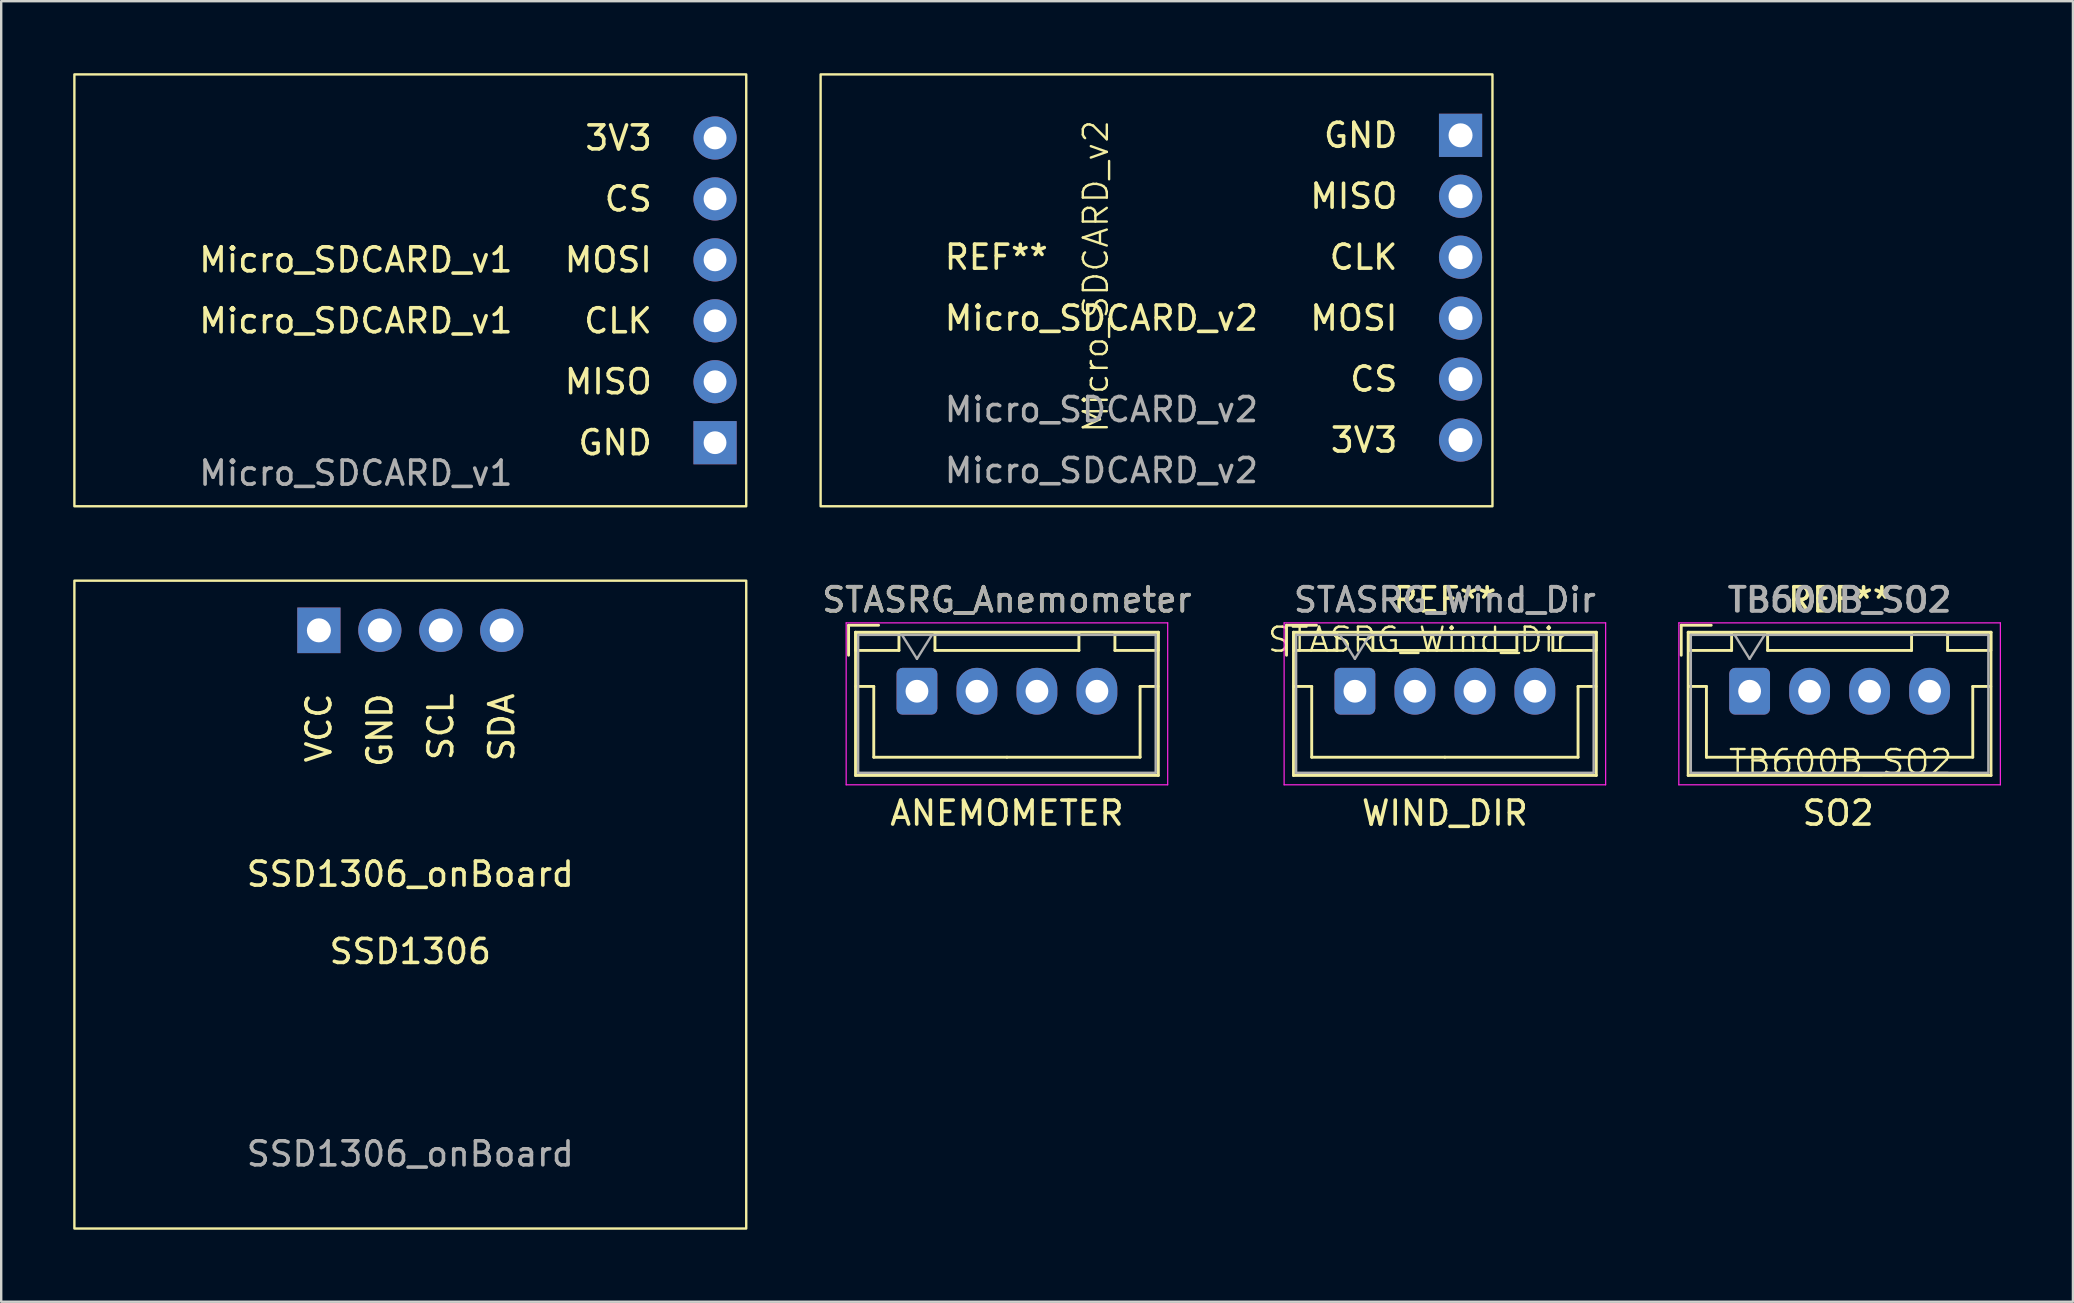
<source format=kicad_pcb>
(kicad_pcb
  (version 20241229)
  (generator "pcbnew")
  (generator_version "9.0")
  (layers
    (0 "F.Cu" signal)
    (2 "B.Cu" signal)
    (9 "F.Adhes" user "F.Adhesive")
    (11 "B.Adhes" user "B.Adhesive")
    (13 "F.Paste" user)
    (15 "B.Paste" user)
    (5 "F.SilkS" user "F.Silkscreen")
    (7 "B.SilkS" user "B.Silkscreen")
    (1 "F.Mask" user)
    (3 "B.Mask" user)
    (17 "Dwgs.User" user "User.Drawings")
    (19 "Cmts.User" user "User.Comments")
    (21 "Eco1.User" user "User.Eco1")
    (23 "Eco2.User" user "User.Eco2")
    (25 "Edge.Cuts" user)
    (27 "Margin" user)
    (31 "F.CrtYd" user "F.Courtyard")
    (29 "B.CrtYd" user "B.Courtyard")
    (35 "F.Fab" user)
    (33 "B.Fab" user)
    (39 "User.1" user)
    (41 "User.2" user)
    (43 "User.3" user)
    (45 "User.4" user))
  (footprint "TB600B_SO2"
    (layer "F.Cu")
    (at 73.557 25.758)
    (property "Reference" "TB600B_SO2" (at 0.1 2.95 0) (unlocked yes) (layer "F.SilkS") (effects (font (size 1 1) (thickness 0.1))))
    (attr smd)
    (fp_line (start -6.54 -2.75) (end -6.54 -1.5) (stroke (width 0.12) (type solid)) (layer "F.SilkS"))
    (fp_line (start -6.25 -2.46) (end -6.25 3.51) (stroke (width 0.12) (type solid)) (layer "F.SilkS"))
    (fp_line (start -6.25 3.51) (end 6.37 3.51) (stroke (width 0.12) (type solid)) (layer "F.SilkS"))
    (fp_line (start -6.24 -2.45) (end -6.24 -1.7) (stroke (width 0.12) (type solid)) (layer "F.SilkS"))
    (fp_line (start -6.24 -1.7) (end -4.44 -1.7) (stroke (width 0.12) (type solid)) (layer "F.SilkS"))
    (fp_line (start -6.24 -0.2) (end -5.49 -0.2) (stroke (width 0.12) (type solid)) (layer "F.SilkS"))
    (fp_line (start -5.49 -0.2) (end -5.49 2.75) (stroke (width 0.12) (type solid)) (layer "F.SilkS"))
    (fp_line (start -5.49 2.75) (end 0.06 2.75) (stroke (width 0.12) (type solid)) (layer "F.SilkS"))
    (fp_line (start -5.29 -2.75) (end -6.54 -2.75) (stroke (width 0.12) (type solid)) (layer "F.SilkS"))
    (fp_line (start -4.44 -2.45) (end -6.24 -2.45) (stroke (width 0.12) (type solid)) (layer "F.SilkS"))
    (fp_line (start -4.44 -1.7) (end -4.44 -2.45) (stroke (width 0.12) (type solid)) (layer "F.SilkS"))
    (fp_line (start -2.94 -2.45) (end -2.94 -1.7) (stroke (width 0.12) (type solid)) (layer "F.SilkS"))
    (fp_line (start -2.94 -1.7) (end 3.06 -1.7) (stroke (width 0.12) (type solid)) (layer "F.SilkS"))
    (fp_line (start 3.06 -2.45) (end -2.94 -2.45) (stroke (width 0.12) (type solid)) (layer "F.SilkS"))
    (fp_line (start 3.06 -1.7) (end 3.06 -2.45) (stroke (width 0.12) (type solid)) (layer "F.SilkS"))
    (fp_line (start 4.56 -2.45) (end 4.56 -1.7) (stroke (width 0.12) (type solid)) (layer "F.SilkS"))
    (fp_line (start 4.56 -1.7) (end 6.36 -1.7) (stroke (width 0.12) (type solid)) (layer "F.SilkS"))
    (fp_line (start 5.61 -0.2) (end 5.61 2.75) (stroke (width 0.12) (type solid)) (layer "F.SilkS"))
    (fp_line (start 5.61 2.75) (end 0.06 2.75) (stroke (width 0.12) (type solid)) (layer "F.SilkS"))
    (fp_line (start 6.36 -2.45) (end 4.56 -2.45) (stroke (width 0.12) (type solid)) (layer "F.SilkS"))
    (fp_line (start 6.36 -1.7) (end 6.36 -2.45) (stroke (width 0.12) (type solid)) (layer "F.SilkS"))
    (fp_line (start 6.36 -0.2) (end 5.61 -0.2) (stroke (width 0.12) (type solid)) (layer "F.SilkS"))
    (fp_line (start 6.37 -2.46) (end -6.25 -2.46) (stroke (width 0.12) (type solid)) (layer "F.SilkS"))
    (fp_line (start 6.37 3.51) (end 6.37 -2.46) (stroke (width 0.12) (type solid)) (layer "F.SilkS"))
    (fp_line (start -6.64 -2.85) (end -6.64 3.9) (stroke (width 0.05) (type solid)) (layer "F.CrtYd"))
    (fp_line (start -6.64 3.9) (end 6.76 3.9) (stroke (width 0.05) (type solid)) (layer "F.CrtYd"))
    (fp_line (start 6.76 -2.85) (end -6.64 -2.85) (stroke (width 0.05) (type solid)) (layer "F.CrtYd"))
    (fp_line (start 6.76 3.9) (end 6.76 -2.85) (stroke (width 0.05) (type solid)) (layer "F.CrtYd"))
    (fp_line (start -6.14 -2.35) (end -6.14 3.4) (stroke (width 0.1) (type solid)) (layer "F.Fab"))
    (fp_line (start -6.14 3.4) (end 6.26 3.4) (stroke (width 0.1) (type solid)) (layer "F.Fab"))
    (fp_line (start -4.315 -2.35) (end -3.69 -1.35) (stroke (width 0.1) (type solid)) (layer "F.Fab"))
    (fp_line (start -3.69 -1.35) (end -3.065 -2.35) (stroke (width 0.1) (type solid)) (layer "F.Fab"))
    (fp_line (start 6.26 -2.35) (end -6.14 -2.35) (stroke (width 0.1) (type solid)) (layer "F.Fab"))
    (fp_line (start 6.26 3.4) (end 6.26 -2.35) (stroke (width 0.1) (type solid)) (layer "F.Fab"))
    (fp_text user "SO2" (at 0 5.08 0) (unlocked yes) (layer "F.SilkS") (effects (font (size 1 1) (thickness 0.15))))
    (fp_text user "REF**" (at 0.06 -3.81 0) (unlocked yes) (layer "F.SilkS") (effects (font (size 1 1) (thickness 0.15))))
    (fp_text user "${REFERENCE}" (at 0.06 -3.81 0) (unlocked yes) (layer "F.Fab") (effects (font (size 1 1) (thickness 0.15))))
    (fp_text user "TB600B_S02" (at 0.06 -3.81 0) (unlocked yes) (layer "F.Fab") (effects (font (size 1 1) (thickness 0.15))))
    (pad "1" thru_hole roundrect (at -3.69 0) (size 1.7 1.95) (drill 0.95) (layers "*.Cu" "*.Mask") (roundrect_rratio 0.147))
    (pad "2" thru_hole oval (at -1.19 0) (size 1.7 1.95) (drill 0.95) (layers "*.Cu" "*.Mask"))
    (pad "3" thru_hole oval (at 1.31 0) (size 1.7 1.95) (drill 0.95) (layers "*.Cu" "*.Mask"))
    (pad "4" thru_hole oval (at 3.81 0) (size 1.7 1.95) (drill 0.95) (layers "*.Cu" "*.Mask")))
  (footprint "SSD1306_onBoard"
    (layer "F.Cu")
    (at 14.05 34.65)
    (property "Reference" "SSD1306_onBoard" (at 0 -1.27 0) (unlocked yes) (layer "F.SilkS") (effects (font (size 1 1) (thickness 0.15))))
    (attr smd)
    (fp_rect (start -14 -13.5) (end 14 13.5) (stroke (width 0.1) (type default)) (fill no) (layer "F.SilkS"))
    (fp_text user "GND" (at -1.27 -8.89 90) (unlocked yes) (layer "F.SilkS") (effects (font (size 1 1) (thickness 0.15)) (justify right)))
    (fp_text user "SSD1306" (at 0 2.54 0) (unlocked yes) (layer "F.SilkS") (effects (font (size 1 1) (thickness 0.15)) (justify bottom)))
    (fp_text user "SDA" (at 3.81 -8.89 90) (unlocked yes) (layer "F.SilkS") (effects (font (size 1 1) (thickness 0.15)) (justify right)))
    (fp_text user "VCC" (at -3.81 -8.89 90) (unlocked yes) (layer "F.SilkS") (effects (font (size 1 1) (thickness 0.15)) (justify right)))
    (fp_text user "SCL" (at 1.27 -8.89 90) (unlocked yes) (layer "F.SilkS") (effects (font (size 1 1) (thickness 0.15)) (justify right)))
    (fp_text user "${REFERENCE}" (at 0 10.39 0) (unlocked yes) (layer "F.Fab") (effects (font (size 1 1) (thickness 0.15))))
    (pad "1" thru_hole rect (at -3.81 -11.43) (size 1.8 1.9) (drill 1) (layers "*.Cu" "*.Mask"))
    (pad "2" thru_hole circle (at -1.27 -11.43) (size 1.8 1.8) (drill 1) (layers "*.Cu" "*.Mask"))
    (pad "3" thru_hole circle (at 1.27 -11.43) (size 1.8 1.8) (drill 1) (layers "*.Cu" "*.Mask"))
    (pad "4" thru_hole circle (at 3.81 -11.43) (size 1.8 1.8) (drill 1) (layers "*.Cu" "*.Mask")))
  (footprint "Micro_SDCARD_v1"
    (layer "F.Cu")
    (at 14.05 9.05)
    (property "Reference" "Micro_SDCARD_v1" (at -8.89 -1.27 0) (unlocked yes) (layer "F.SilkS") (effects (font (size 1 1) (thickness 0.15)) (justify left)))
    (attr smd)
    (fp_rect (start -14 -9) (end 14 9) (stroke (width 0.1) (type default)) (fill no) (layer "F.SilkS"))
    (fp_text user "MOSI" (at 10.16 -1.27 0) (unlocked yes) (layer "F.SilkS") (effects (font (size 1 1) (thickness 0.15)) (justify right)))
    (fp_text user "CLK" (at 10.16 1.27 0) (unlocked yes) (layer "F.SilkS") (effects (font (size 1 1) (thickness 0.15)) (justify right)))
    (fp_text user "3V3" (at 10.16 -6.35 0) (unlocked yes) (layer "F.SilkS") (effects (font (size 1 1) (thickness 0.15)) (justify right)))
    (fp_text user "CS" (at 10.16 -3.81 0) (unlocked yes) (layer "F.SilkS") (effects (font (size 1 1) (thickness 0.15)) (justify right)))
    (fp_text user "Micro_SDCARD_v1" (at -8.89 1.27 0) (unlocked yes) (layer "F.SilkS") (effects (font (size 1 1) (thickness 0.15)) (justify left)))
    (fp_text user "MISO" (at 10.16 3.81 0) (unlocked yes) (layer "F.SilkS") (effects (font (size 1 1) (thickness 0.15)) (justify right)))
    (fp_text user "GND" (at 10.16 6.35 0) (unlocked yes) (layer "F.SilkS") (effects (font (size 1 1) (thickness 0.15)) (justify right)))
    (fp_text user "${REFERENCE}" (at -8.89 7.62 0) (unlocked yes) (layer "F.Fab") (effects (font (size 1 1) (thickness 0.15)) (justify left)))
    (pad "1" thru_hole rect (at 12.7 6.35 90) (size 1.8 1.8) (drill 0.95) (layers "*.Cu" "*.Mask"))
    (pad "2" thru_hole circle (at 12.7 3.81 90) (size 1.8 1.8) (drill 0.95) (layers "*.Cu" "*.Mask"))
    (pad "3" thru_hole circle (at 12.7 1.27 90) (size 1.8 1.8) (drill 0.95) (layers "*.Cu" "*.Mask"))
    (pad "4" thru_hole circle (at 12.7 -1.27 90) (size 1.8 1.8) (drill 0.95) (layers "*.Cu" "*.Mask"))
    (pad "5" thru_hole circle (at 12.7 -3.81 90) (size 1.8 1.8) (drill 0.95) (layers "*.Cu" "*.Mask"))
    (pad "6" thru_hole circle (at 12.7 -6.35 90) (size 1.8 1.8) (drill 0.95) (layers "*.Cu" "*.Mask")))
  (footprint "STASRG_Wind_Dir"
    (layer "F.Cu")
    (at 57.167 25.758)
    (property "Reference" "STASRG_Wind_Dir" (at -1.1 -2.15 0) (unlocked yes) (layer "F.SilkS") (effects (font (size 1 1) (thickness 0.1))))
    (attr smd)
    (fp_line (start -6.6 -2.75) (end -6.6 -1.5) (stroke (width 0.12) (type solid)) (layer "F.SilkS"))
    (fp_line (start -6.31 -2.46) (end -6.31 3.51) (stroke (width 0.12) (type solid)) (layer "F.SilkS"))
    (fp_line (start -6.31 3.51) (end 6.31 3.51) (stroke (width 0.12) (type solid)) (layer "F.SilkS"))
    (fp_line (start -6.3 -2.45) (end -6.3 -1.7) (stroke (width 0.12) (type solid)) (layer "F.SilkS"))
    (fp_line (start -6.3 -1.7) (end -4.5 -1.7) (stroke (width 0.12) (type solid)) (layer "F.SilkS"))
    (fp_line (start -6.3 -0.2) (end -5.55 -0.2) (stroke (width 0.12) (type solid)) (layer "F.SilkS"))
    (fp_line (start -5.55 -0.2) (end -5.55 2.75) (stroke (width 0.12) (type solid)) (layer "F.SilkS"))
    (fp_line (start -5.55 2.75) (end 0 2.75) (stroke (width 0.12) (type solid)) (layer "F.SilkS"))
    (fp_line (start -5.35 -2.75) (end -6.6 -2.75) (stroke (width 0.12) (type solid)) (layer "F.SilkS"))
    (fp_line (start -4.5 -2.45) (end -6.3 -2.45) (stroke (width 0.12) (type solid)) (layer "F.SilkS"))
    (fp_line (start -4.5 -1.7) (end -4.5 -2.45) (stroke (width 0.12) (type solid)) (layer "F.SilkS"))
    (fp_line (start -3 -2.45) (end -3 -1.7) (stroke (width 0.12) (type solid)) (layer "F.SilkS"))
    (fp_line (start -3 -1.7) (end 3 -1.7) (stroke (width 0.12) (type solid)) (layer "F.SilkS"))
    (fp_line (start 3 -2.45) (end -3 -2.45) (stroke (width 0.12) (type solid)) (layer "F.SilkS"))
    (fp_line (start 3 -1.7) (end 3 -2.45) (stroke (width 0.12) (type solid)) (layer "F.SilkS"))
    (fp_line (start 4.5 -2.45) (end 4.5 -1.7) (stroke (width 0.12) (type solid)) (layer "F.SilkS"))
    (fp_line (start 4.5 -1.7) (end 6.3 -1.7) (stroke (width 0.12) (type solid)) (layer "F.SilkS"))
    (fp_line (start 5.55 -0.2) (end 5.55 2.75) (stroke (width 0.12) (type solid)) (layer "F.SilkS"))
    (fp_line (start 5.55 2.75) (end 0 2.75) (stroke (width 0.12) (type solid)) (layer "F.SilkS"))
    (fp_line (start 6.3 -2.45) (end 4.5 -2.45) (stroke (width 0.12) (type solid)) (layer "F.SilkS"))
    (fp_line (start 6.3 -1.7) (end 6.3 -2.45) (stroke (width 0.12) (type solid)) (layer "F.SilkS"))
    (fp_line (start 6.3 -0.2) (end 5.55 -0.2) (stroke (width 0.12) (type solid)) (layer "F.SilkS"))
    (fp_line (start 6.31 -2.46) (end -6.31 -2.46) (stroke (width 0.12) (type solid)) (layer "F.SilkS"))
    (fp_line (start 6.31 3.51) (end 6.31 -2.46) (stroke (width 0.12) (type solid)) (layer "F.SilkS"))
    (fp_line (start -6.7 -2.85) (end -6.7 3.9) (stroke (width 0.05) (type solid)) (layer "F.CrtYd"))
    (fp_line (start -6.7 3.9) (end 6.7 3.9) (stroke (width 0.05) (type solid)) (layer "F.CrtYd"))
    (fp_line (start 6.7 -2.85) (end -6.7 -2.85) (stroke (width 0.05) (type solid)) (layer "F.CrtYd"))
    (fp_line (start 6.7 3.9) (end 6.7 -2.85) (stroke (width 0.05) (type solid)) (layer "F.CrtYd"))
    (fp_line (start -6.2 -2.35) (end -6.2 3.4) (stroke (width 0.1) (type solid)) (layer "F.Fab"))
    (fp_line (start -6.2 3.4) (end 6.2 3.4) (stroke (width 0.1) (type solid)) (layer "F.Fab"))
    (fp_line (start -4.375 -2.35) (end -3.75 -1.35) (stroke (width 0.1) (type solid)) (layer "F.Fab"))
    (fp_line (start -3.75 -1.35) (end -3.125 -2.35) (stroke (width 0.1) (type solid)) (layer "F.Fab"))
    (fp_line (start 6.2 -2.35) (end -6.2 -2.35) (stroke (width 0.1) (type solid)) (layer "F.Fab"))
    (fp_line (start 6.2 3.4) (end 6.2 -2.35) (stroke (width 0.1) (type solid)) (layer "F.Fab"))
    (fp_text user "REF**" (at 0 -3.81 0) (unlocked yes) (layer "F.SilkS") (effects (font (size 1 1) (thickness 0.15))))
    (fp_text user "WIND_DIR" (at 0 5.08 0) (unlocked yes) (layer "F.SilkS") (effects (font (size 1 1) (thickness 0.15))))
    (fp_text user "${REFERENCE}" (at 0 -3.81 0) (unlocked yes) (layer "F.Fab") (effects (font (size 1 1) (thickness 0.15))))
    (fp_text user "STASRG_Wind_Dir" (at 0 -3.81 0) (unlocked yes) (layer "F.Fab") (effects (font (size 1 1) (thickness 0.15))))
    (pad "1" thru_hole roundrect (at -3.75 0) (size 1.7 1.95) (drill 0.95) (layers "*.Cu" "*.Mask") (roundrect_rratio 0.147))
    (pad "2" thru_hole oval (at -1.25 0) (size 1.7 1.95) (drill 0.95) (layers "*.Cu" "*.Mask"))
    (pad "3" thru_hole oval (at 1.25 0) (size 1.7 1.95) (drill 0.95) (layers "*.Cu" "*.Mask"))
    (pad "4" thru_hole oval (at 3.75 0) (size 1.7 1.95) (drill 0.95) (layers "*.Cu" "*.Mask")))
  (footprint "STASRG_Anemometer"
    (layer "F.Cu")
    (at 38.915 25.758)
    (property "Reference" "STASRG_Anemometer" (at 0 -3.81 0) (unlocked yes) (layer "F.SilkS") (effects (font (size 1 1) (thickness 0.15))))
    (attr smd)
    (fp_line (start -6.6 -2.75) (end -6.6 -1.5) (stroke (width 0.12) (type solid)) (layer "F.SilkS"))
    (fp_line (start -6.31 -2.46) (end -6.31 3.51) (stroke (width 0.12) (type solid)) (layer "F.SilkS"))
    (fp_line (start -6.31 3.51) (end 6.31 3.51) (stroke (width 0.12) (type solid)) (layer "F.SilkS"))
    (fp_line (start -6.3 -2.45) (end -6.3 -1.7) (stroke (width 0.12) (type solid)) (layer "F.SilkS"))
    (fp_line (start -6.3 -1.7) (end -4.5 -1.7) (stroke (width 0.12) (type solid)) (layer "F.SilkS"))
    (fp_line (start -6.3 -0.2) (end -5.55 -0.2) (stroke (width 0.12) (type solid)) (layer "F.SilkS"))
    (fp_line (start -5.55 -0.2) (end -5.55 2.75) (stroke (width 0.12) (type solid)) (layer "F.SilkS"))
    (fp_line (start -5.55 2.75) (end 0 2.75) (stroke (width 0.12) (type solid)) (layer "F.SilkS"))
    (fp_line (start -5.35 -2.75) (end -6.6 -2.75) (stroke (width 0.12) (type solid)) (layer "F.SilkS"))
    (fp_line (start -4.5 -2.45) (end -6.3 -2.45) (stroke (width 0.12) (type solid)) (layer "F.SilkS"))
    (fp_line (start -4.5 -1.7) (end -4.5 -2.45) (stroke (width 0.12) (type solid)) (layer "F.SilkS"))
    (fp_line (start -3 -2.45) (end -3 -1.7) (stroke (width 0.12) (type solid)) (layer "F.SilkS"))
    (fp_line (start -3 -1.7) (end 3 -1.7) (stroke (width 0.12) (type solid)) (layer "F.SilkS"))
    (fp_line (start 3 -2.45) (end -3 -2.45) (stroke (width 0.12) (type solid)) (layer "F.SilkS"))
    (fp_line (start 3 -1.7) (end 3 -2.45) (stroke (width 0.12) (type solid)) (layer "F.SilkS"))
    (fp_line (start 4.5 -2.45) (end 4.5 -1.7) (stroke (width 0.12) (type solid)) (layer "F.SilkS"))
    (fp_line (start 4.5 -1.7) (end 6.3 -1.7) (stroke (width 0.12) (type solid)) (layer "F.SilkS"))
    (fp_line (start 5.55 -0.2) (end 5.55 2.75) (stroke (width 0.12) (type solid)) (layer "F.SilkS"))
    (fp_line (start 5.55 2.75) (end 0 2.75) (stroke (width 0.12) (type solid)) (layer "F.SilkS"))
    (fp_line (start 6.3 -2.45) (end 4.5 -2.45) (stroke (width 0.12) (type solid)) (layer "F.SilkS"))
    (fp_line (start 6.3 -1.7) (end 6.3 -2.45) (stroke (width 0.12) (type solid)) (layer "F.SilkS"))
    (fp_line (start 6.3 -0.2) (end 5.55 -0.2) (stroke (width 0.12) (type solid)) (layer "F.SilkS"))
    (fp_line (start 6.31 -2.46) (end -6.31 -2.46) (stroke (width 0.12) (type solid)) (layer "F.SilkS"))
    (fp_line (start 6.31 3.51) (end 6.31 -2.46) (stroke (width 0.12) (type solid)) (layer "F.SilkS"))
    (fp_line (start -6.7 -2.85) (end -6.7 3.9) (stroke (width 0.05) (type solid)) (layer "F.CrtYd"))
    (fp_line (start 6.7 -2.85) (end -6.7 -2.85) (stroke (width 0.05) (type solid)) (layer "F.CrtYd"))
    (fp_line (start 6.7 3.9) (end -6.7 3.9) (stroke (width 0.05) (type default)) (layer "F.CrtYd"))
    (fp_line (start 6.7 3.9) (end 6.7 -2.85) (stroke (width 0.05) (type solid)) (layer "F.CrtYd"))
    (fp_line (start -6.2 -2.35) (end -6.2 3.4) (stroke (width 0.1) (type solid)) (layer "F.Fab"))
    (fp_line (start -6.2 3.4) (end 6.2 3.4) (stroke (width 0.1) (type solid)) (layer "F.Fab"))
    (fp_line (start -4.375 -2.35) (end -3.75 -1.35) (stroke (width 0.1) (type solid)) (layer "F.Fab"))
    (fp_line (start -3.75 -1.35) (end -3.125 -2.35) (stroke (width 0.1) (type solid)) (layer "F.Fab"))
    (fp_line (start 6.2 -2.35) (end -6.2 -2.35) (stroke (width 0.1) (type solid)) (layer "F.Fab"))
    (fp_line (start 6.2 3.4) (end 6.2 -2.35) (stroke (width 0.1) (type solid)) (layer "F.Fab"))
    (fp_text user "ANEMOMETER" (at 0 5.08 0) (unlocked yes) (layer "F.SilkS") (effects (font (size 1 1) (thickness 0.15))))
    (fp_text user "${REFERENCE}" (at 0 -3.81 0) (unlocked yes) (layer "F.Fab") (effects (font (size 1 1) (thickness 0.15))))
    (pad "1" thru_hole roundrect (at -3.75 0) (size 1.7 1.95) (drill 0.95) (layers "*.Cu" "*.Mask") (roundrect_rratio 0.147))
    (pad "2" thru_hole oval (at -1.25 0) (size 1.7 1.95) (drill 0.95) (layers "*.Cu" "*.Mask"))
    (pad "3" thru_hole oval (at 1.25 0) (size 1.7 1.95) (drill 0.95) (layers "*.Cu" "*.Mask"))
    (pad "4" thru_hole oval (at 3.75 0) (size 1.7 1.95) (drill 0.95) (layers "*.Cu" "*.Mask")))
  (footprint "Micro_SDCARD_v2"
    (layer "F.Cu")
    (at 45.12 8.94)
    (property "Reference" "Micro_SDCARD_v2" (at -2.5 -0.471 90) (unlocked yes) (layer "F.SilkS") (effects (font (size 1 1) (thickness 0.1))))
    (attr smd)
    (fp_rect (start -13.97 -8.89) (end 14.03 9.11) (stroke (width 0.1) (type default)) (fill no) (layer "F.SilkS"))
    (fp_text user "GND" (at 10.16 -6.35 0) (unlocked yes) (layer "F.SilkS") (effects (font (size 1 1) (thickness 0.15)) (justify right)))
    (fp_text user "3V3" (at 10.16 6.35 0) (unlocked yes) (layer "F.SilkS") (effects (font (size 1 1) (thickness 0.15)) (justify right)))
    (fp_text user "REF**" (at -8.89 -1.27 0) (unlocked yes) (layer "F.SilkS") (effects (font (size 1 1) (thickness 0.15)) (justify left)))
    (fp_text user "CLK" (at 10.16 -1.27 0) (unlocked yes) (layer "F.SilkS") (effects (font (size 1 1) (thickness 0.15)) (justify right)))
    (fp_text user "MISO" (at 10.16 -3.81 0) (unlocked yes) (layer "F.SilkS") (effects (font (size 1 1) (thickness 0.15)) (justify right)))
    (fp_text user "Micro_SDCARD_v2" (at -8.89 1.27 0) (unlocked yes) (layer "F.SilkS") (effects (font (size 1 1) (thickness 0.15)) (justify left)))
    (fp_text user "MOSI" (at 10.16 1.27 0) (unlocked yes) (layer "F.SilkS") (effects (font (size 1 1) (thickness 0.15)) (justify right)))
    (fp_text user "CS" (at 10.16 3.81 0) (unlocked yes) (layer "F.SilkS") (effects (font (size 1 1) (thickness 0.15)) (justify right)))
    (fp_text user "Micro_SDCARD_v2" (at -8.89 5.08 0) (unlocked yes) (layer "F.Fab") (effects (font (size 1 1) (thickness 0.15)) (justify left)))
    (fp_text user "${REFERENCE}" (at -8.89 7.62 0) (unlocked yes) (layer "F.Fab") (effects (font (size 1 1) (thickness 0.15)) (justify left)))
    (pad "1" thru_hole rect (at 12.7 -6.35 270) (size 1.8 1.8) (drill 1) (layers "*.Cu" "*.Mask"))
    (pad "2" thru_hole circle (at 12.7 -3.81 270) (size 1.8 1.8) (drill 1) (layers "*.Cu" "*.Mask"))
    (pad "3" thru_hole circle (at 12.7 -1.27 270) (size 1.8 1.8) (drill 1) (layers "*.Cu" "*.Mask"))
    (pad "4" thru_hole circle (at 12.7 1.27 270) (size 1.8 1.8) (drill 1) (layers "*.Cu" "*.Mask"))
    (pad "5" thru_hole circle (at 12.7 3.81 270) (size 1.8 1.8) (drill 1) (layers "*.Cu" "*.Mask"))
    (pad "6" thru_hole circle (at 12.7 6.35 270) (size 1.8 1.8) (drill 1) (layers "*.Cu" "*.Mask")))
  (gr_rect
    (start -3 -3)
    (end 83.342 51.2)
    (stroke (width 0.1) (type default))
    (fill no)
    (layer "Edge.Cuts")))
</source>
